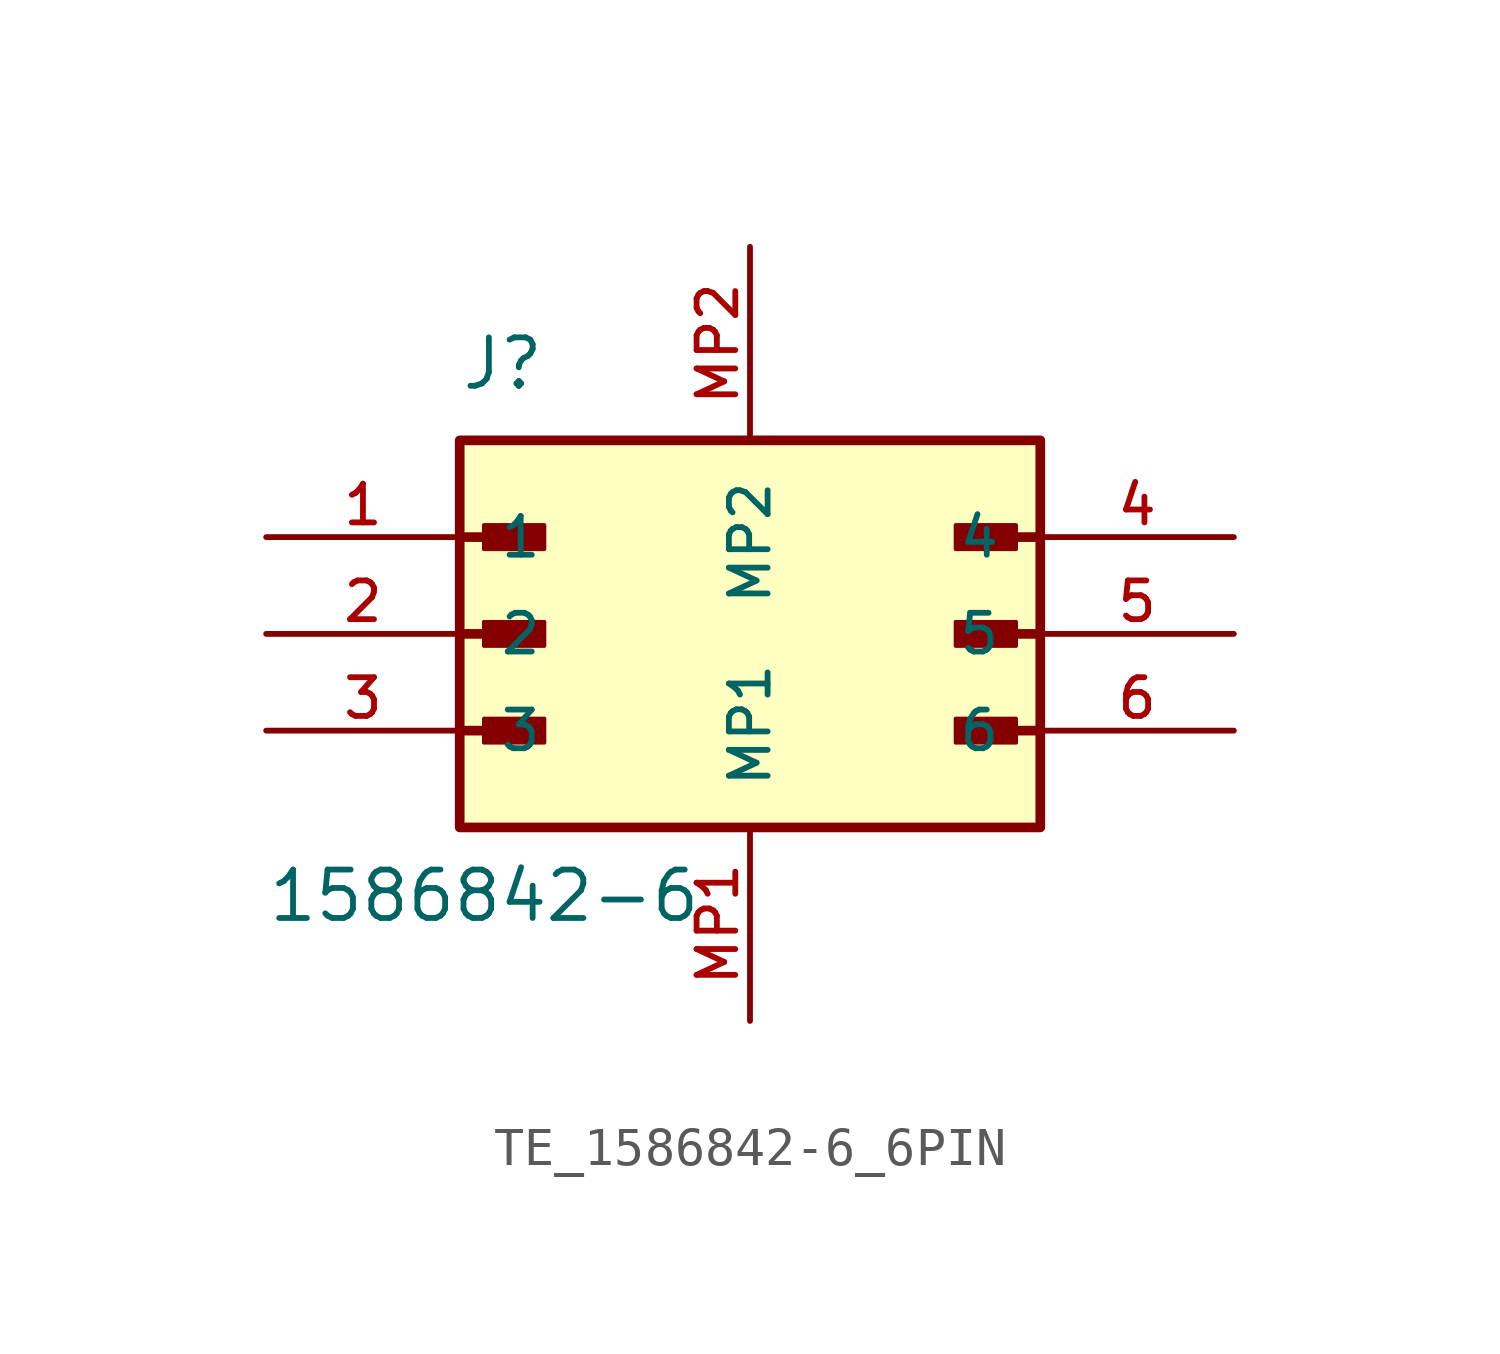
<source format=kicad_sym>
(kicad_symbol_lib
  (version 20231120)
  (generator "kicad_symbol_editor")
  (generator_version "8.0")
  (symbol "TE_1586842-6_6PIN"
    (pin_names
      (offset 1.016))
    (property "Reference" "J"
      (at -7.62 11.43 0)
      (effects (font (size 1.27 1.27)) (justify left bottom)))
    (property "Value" "1586842-6"
      (at -12.7 -2.54 0)
      (effects (font (size 1.27 1.27)) (justify left bottom)))
    (symbol "TE_1586842-6_6PIN_0_0"
      (rectangle (start -7.62 10.16) (end 7.62 0) (stroke (width 0.254) (type default)) (fill (type background)))
      (rectangle (start -6.985 2.223) (end -5.397 2.857) (stroke (width 0.1) (type default)) (fill (type outline)))
      (rectangle (start -6.985 4.763) (end -5.397 5.397) (stroke (width 0.1) (type default)) (fill (type outline)))
      (rectangle (start -6.985 7.303) (end -5.397 7.938) (stroke (width 0.1) (type default)) (fill (type outline)))
      (polyline (pts (xy -7.62 2.54) (xy -5.715 2.54)) (stroke (width 0.254) (type default)) (fill (type none)))
      (polyline (pts (xy -7.62 5.08) (xy -5.715 5.08)) (stroke (width 0.254) (type default)) (fill (type none)))
      (polyline (pts (xy -7.62 7.62) (xy -5.715 7.62)) (stroke (width 0.254) (type default)) (fill (type none)))
      (polyline (pts (xy 7.62 2.54) (xy 5.715 2.54)) (stroke (width 0.254) (type default)) (fill (type none)))
      (polyline (pts (xy 7.62 5.08) (xy 5.715 5.08)) (stroke (width 0.254) (type default)) (fill (type none)))
      (polyline (pts (xy 7.62 7.62) (xy 5.715 7.62)) (stroke (width 0.254) (type default)) (fill (type none)))
      (rectangle (start 5.397 2.223) (end 6.985 2.857) (stroke (width 0.1) (type default)) (fill (type outline)))
      (rectangle (start 5.397 4.763) (end 6.985 5.397) (stroke (width 0.1) (type default)) (fill (type outline)))
      (rectangle (start 5.397 7.303) (end 6.985 7.938) (stroke (width 0.1) (type default)) (fill (type outline)))
      (pin passive line (at -12.7 7.62 0) (length 5.08) (name "1" (effects (font (size 1.016 1.016)))) (number "1" (effects (font (size 1.016 1.016)))))
      (pin passive line (at -12.7 5.08 0) (length 5.08) (name "2" (effects (font (size 1.016 1.016)))) (number "2" (effects (font (size 1.016 1.016)))))
      (pin passive line (at -12.7 2.54 0) (length 5.08) (name "3" (effects (font (size 1.016 1.016)))) (number "3" (effects (font (size 1.016 1.016)))))
      (pin passive line (at 12.7 7.62 180) (length 5.08) (name "4" (effects (font (size 1.016 1.016)))) (number "4" (effects (font (size 1.016 1.016)))))
      (pin passive line (at 12.7 5.08 180) (length 5.08) (name "5" (effects (font (size 1.016 1.016)))) (number "5" (effects (font (size 1.016 1.016)))))
      (pin passive line (at 12.7 2.54 180) (length 5.08) (name "6" (effects (font (size 1.016 1.016)))) (number "6" (effects (font (size 1.016 1.016))))))
    (symbol "TE_1586842-6_6PIN_1_0"
      (pin passive line (at 0 -5.08 90) (length 5.08) (name "MP1" (effects (font (size 1.016 1.016)))) (number "MP1" (effects (font (size 1.016 1.016)))))
      (pin passive line (at 0 15.24 270) (length 5.08) (name "MP2" (effects (font (size 1.016 1.016)))) (number "MP2" (effects (font (size 1.016 1.016))))))))
</source>
